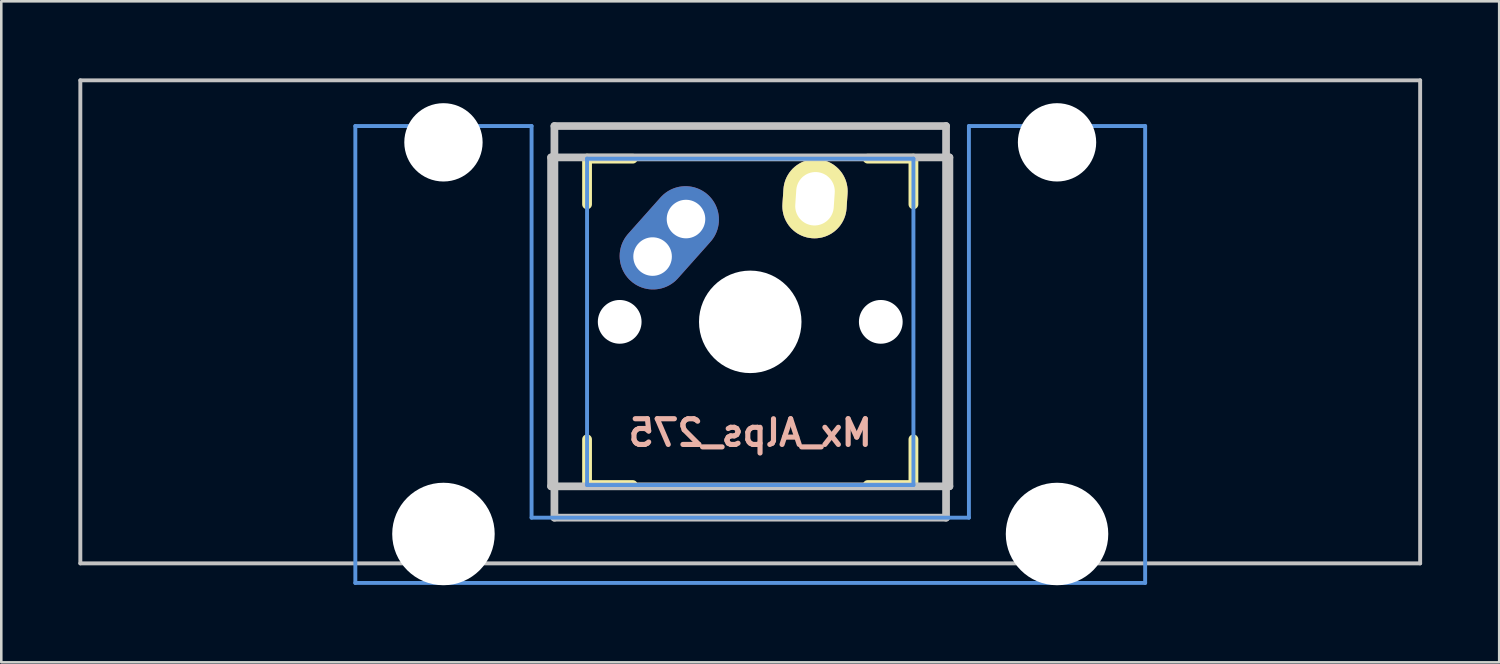
<source format=kicad_pcb>
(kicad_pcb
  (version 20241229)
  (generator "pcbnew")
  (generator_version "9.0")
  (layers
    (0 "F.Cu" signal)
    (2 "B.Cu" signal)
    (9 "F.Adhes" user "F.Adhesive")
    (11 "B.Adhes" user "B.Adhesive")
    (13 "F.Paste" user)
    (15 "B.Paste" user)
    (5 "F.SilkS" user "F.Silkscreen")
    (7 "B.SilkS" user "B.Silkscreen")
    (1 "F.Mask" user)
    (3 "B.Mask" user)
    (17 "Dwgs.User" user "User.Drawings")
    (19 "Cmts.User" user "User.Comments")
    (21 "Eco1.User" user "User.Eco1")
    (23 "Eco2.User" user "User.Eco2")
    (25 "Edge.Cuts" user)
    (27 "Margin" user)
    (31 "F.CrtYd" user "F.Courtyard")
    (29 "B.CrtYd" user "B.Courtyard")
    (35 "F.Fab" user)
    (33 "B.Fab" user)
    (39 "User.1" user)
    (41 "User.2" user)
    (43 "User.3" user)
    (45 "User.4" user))
  (footprint "Mx_Alps_275"
    (layer "F.Cu")
    (at 26.144 9.474)
    (property "Reference" "Mx_Alps_275" (at 0 4.318 0) (layer "B.SilkS") (effects (font (size 1 1) (thickness 0.2)) (justify mirror)))
    (attr through_hole)
    (fp_line (start -6.35 -6.35) (end -4.572 -6.35) (stroke (width 0.381) (type solid)) (layer "F.SilkS"))
    (fp_line (start -6.35 -4.572) (end -6.35 -6.35) (stroke (width 0.381) (type solid)) (layer "F.SilkS"))
    (fp_line (start -6.35 6.35) (end -6.35 4.572) (stroke (width 0.381) (type solid)) (layer "F.SilkS"))
    (fp_line (start -4.572 6.35) (end -6.35 6.35) (stroke (width 0.381) (type solid)) (layer "F.SilkS"))
    (fp_line (start 4.572 -6.35) (end 6.35 -6.35) (stroke (width 0.381) (type solid)) (layer "F.SilkS"))
    (fp_line (start 6.35 -6.35) (end 6.35 -4.572) (stroke (width 0.381) (type solid)) (layer "F.SilkS"))
    (fp_line (start 6.35 4.572) (end 6.35 6.35) (stroke (width 0.381) (type solid)) (layer "F.SilkS"))
    (fp_line (start 6.35 6.35) (end 4.572 6.35) (stroke (width 0.381) (type solid)) (layer "F.SilkS"))
    (fp_line (start -26.068 -9.398) (end 26.068 -9.398) (stroke (width 0.152) (type solid)) (layer "Dwgs.User"))
    (fp_line (start -26.068 9.398) (end -26.068 -9.398) (stroke (width 0.152) (type solid)) (layer "Dwgs.User"))
    (fp_line (start -7.75 6.4) (end -7.75 -6.4) (stroke (width 0.3) (type solid)) (layer "Dwgs.User"))
    (fp_line (start -7.75 6.4) (end 7.75 6.4) (stroke (width 0.3) (type solid)) (layer "Dwgs.User"))
    (fp_line (start -7.62 -7.62) (end 7.62 -7.62) (stroke (width 0.3) (type solid)) (layer "Dwgs.User"))
    (fp_line (start -7.62 7.62) (end -7.62 -7.62) (stroke (width 0.3) (type solid)) (layer "Dwgs.User"))
    (fp_line (start 7.62 -7.62) (end 7.62 7.62) (stroke (width 0.3) (type solid)) (layer "Dwgs.User"))
    (fp_line (start 7.62 7.62) (end -7.62 7.62) (stroke (width 0.3) (type solid)) (layer "Dwgs.User"))
    (fp_line (start 7.75 -6.4) (end -7.75 -6.4) (stroke (width 0.3) (type solid)) (layer "Dwgs.User"))
    (fp_line (start 7.75 6.4) (end 7.75 -6.4) (stroke (width 0.3) (type solid)) (layer "Dwgs.User"))
    (fp_line (start 26.068 -9.398) (end 26.068 9.398) (stroke (width 0.152) (type solid)) (layer "Dwgs.User"))
    (fp_line (start 26.068 9.398) (end -26.068 9.398) (stroke (width 0.152) (type solid)) (layer "Dwgs.User"))
    (fp_line (start -15.367 -7.62) (end -15.367 10.16) (stroke (width 0.152) (type solid)) (layer "Cmts.User"))
    (fp_line (start -15.367 10.16) (end 15.367 10.16) (stroke (width 0.152) (type solid)) (layer "Cmts.User"))
    (fp_line (start -8.509 -7.62) (end -15.367 -7.62) (stroke (width 0.152) (type solid)) (layer "Cmts.User"))
    (fp_line (start -8.509 7.62) (end -8.509 -7.62) (stroke (width 0.152) (type solid)) (layer "Cmts.User"))
    (fp_line (start -6.35 -6.35) (end 6.35 -6.35) (stroke (width 0.152) (type solid)) (layer "Cmts.User"))
    (fp_line (start -6.35 6.35) (end -6.35 -6.35) (stroke (width 0.152) (type solid)) (layer "Cmts.User"))
    (fp_line (start 6.35 -6.35) (end 6.35 6.35) (stroke (width 0.152) (type solid)) (layer "Cmts.User"))
    (fp_line (start 6.35 6.35) (end -6.35 6.35) (stroke (width 0.152) (type solid)) (layer "Cmts.User"))
    (fp_line (start 8.509 -7.62) (end 8.509 7.62) (stroke (width 0.152) (type solid)) (layer "Cmts.User"))
    (fp_line (start 8.509 7.62) (end -8.509 7.62) (stroke (width 0.152) (type solid)) (layer "Cmts.User"))
    (fp_line (start 15.367 -7.62) (end 8.509 -7.62) (stroke (width 0.152) (type solid)) (layer "Cmts.User"))
    (fp_line (start 15.367 10.16) (end 15.367 -7.62) (stroke (width 0.152) (type solid)) (layer "Cmts.User"))
    (fp_line (start -16.129 -2.286) (end -15.265 -2.286) (stroke (width 0.152) (type solid)) (layer "Eco2.User"))
    (fp_line (start -16.129 0.508) (end -16.129 -2.286) (stroke (width 0.152) (type solid)) (layer "Eco2.User"))
    (fp_line (start -15.265 -5.69) (end -8.611 -5.69) (stroke (width 0.152) (type solid)) (layer "Eco2.User"))
    (fp_line (start -15.265 -2.286) (end -15.265 -5.69) (stroke (width 0.152) (type solid)) (layer "Eco2.User"))
    (fp_line (start -15.265 0.508) (end -16.129 0.508) (stroke (width 0.152) (type solid)) (layer "Eco2.User"))
    (fp_line (start -15.265 6.604) (end -15.265 0.508) (stroke (width 0.152) (type solid)) (layer "Eco2.User"))
    (fp_line (start -14.224 6.604) (end -15.265 6.604) (stroke (width 0.152) (type solid)) (layer "Eco2.User"))
    (fp_line (start -14.224 7.772) (end -14.224 6.604) (stroke (width 0.152) (type solid)) (layer "Eco2.User"))
    (fp_line (start -9.652 6.604) (end -9.652 7.772) (stroke (width 0.152) (type solid)) (layer "Eco2.User"))
    (fp_line (start -9.652 7.772) (end -14.224 7.772) (stroke (width 0.152) (type solid)) (layer "Eco2.User"))
    (fp_line (start -8.611 -5.69) (end -8.611 -4.877) (stroke (width 0.152) (type solid)) (layer "Eco2.User"))
    (fp_line (start -8.611 -4.877) (end -6.985 -4.877) (stroke (width 0.152) (type solid)) (layer "Eco2.User"))
    (fp_line (start -8.611 5.817) (end -8.611 6.604) (stroke (width 0.152) (type solid)) (layer "Eco2.User"))
    (fp_line (start -8.611 6.604) (end -9.652 6.604) (stroke (width 0.152) (type solid)) (layer "Eco2.User"))
    (fp_line (start -6.985 -6.985) (end 6.985 -6.985) (stroke (width 0.152) (type solid)) (layer "Eco2.User"))
    (fp_line (start -6.985 -4.877) (end -6.985 -6.985) (stroke (width 0.152) (type solid)) (layer "Eco2.User"))
    (fp_line (start -6.985 5.817) (end -8.611 5.817) (stroke (width 0.152) (type solid)) (layer "Eco2.User"))
    (fp_line (start -6.985 6.985) (end -6.985 5.817) (stroke (width 0.152) (type solid)) (layer "Eco2.User"))
    (fp_line (start 6.985 -6.985) (end 6.985 -4.877) (stroke (width 0.152) (type solid)) (layer "Eco2.User"))
    (fp_line (start 6.985 -4.877) (end 8.611 -4.877) (stroke (width 0.152) (type solid)) (layer "Eco2.User"))
    (fp_line (start 6.985 5.817) (end 6.985 6.985) (stroke (width 0.152) (type solid)) (layer "Eco2.User"))
    (fp_line (start 6.985 6.985) (end -6.985 6.985) (stroke (width 0.152) (type solid)) (layer "Eco2.User"))
    (fp_line (start 8.611 -5.69) (end 15.265 -5.69) (stroke (width 0.152) (type solid)) (layer "Eco2.User"))
    (fp_line (start 8.611 -4.877) (end 8.611 -5.69) (stroke (width 0.152) (type solid)) (layer "Eco2.User"))
    (fp_line (start 8.611 5.817) (end 6.985 5.817) (stroke (width 0.152) (type solid)) (layer "Eco2.User"))
    (fp_line (start 8.611 6.604) (end 8.611 5.817) (stroke (width 0.152) (type solid)) (layer "Eco2.User"))
    (fp_line (start 9.652 6.604) (end 8.611 6.604) (stroke (width 0.152) (type solid)) (layer "Eco2.User"))
    (fp_line (start 9.652 7.772) (end 9.652 6.604) (stroke (width 0.152) (type solid)) (layer "Eco2.User"))
    (fp_line (start 14.224 6.604) (end 14.224 7.772) (stroke (width 0.152) (type solid)) (layer "Eco2.User"))
    (fp_line (start 14.224 7.772) (end 9.652 7.772) (stroke (width 0.152) (type solid)) (layer "Eco2.User"))
    (fp_line (start 15.265 -5.69) (end 15.265 -2.286) (stroke (width 0.152) (type solid)) (layer "Eco2.User"))
    (fp_line (start 15.265 -2.286) (end 16.129 -2.286) (stroke (width 0.152) (type solid)) (layer "Eco2.User"))
    (fp_line (start 15.265 0.508) (end 15.265 6.604) (stroke (width 0.152) (type solid)) (layer "Eco2.User"))
    (fp_line (start 15.265 6.604) (end 14.224 6.604) (stroke (width 0.152) (type solid)) (layer "Eco2.User"))
    (fp_line (start 16.129 -2.286) (end 16.129 0.508) (stroke (width 0.152) (type solid)) (layer "Eco2.User"))
    (fp_line (start 16.129 0.508) (end 15.265 0.508) (stroke (width 0.152) (type solid)) (layer "Eco2.User"))
    (pad "" np_thru_hole circle (at -11.938 -6.985) (size 3.048 3.048) (drill 3.048) (layers "*.Cu"))
    (pad "" np_thru_hole circle (at -11.938 8.255) (size 3.988 3.988) (drill 3.988) (layers "*.Cu"))
    (pad "" np_thru_hole circle (at -5.08 0) (size 1.702 1.702) (drill 1.702) (layers "*.Cu"))
    (pad "" np_thru_hole circle (at 0 0) (size 3.988 3.988) (drill 3.988) (layers "*.Cu"))
    (pad "" np_thru_hole circle (at 5.08 0) (size 1.702 1.702) (drill 1.702) (layers "*.Cu"))
    (pad "" np_thru_hole circle (at 11.938 -6.985) (size 3.048 3.048) (drill 3.048) (layers "*.Cu"))
    (pad "" np_thru_hole circle (at 11.938 8.255) (size 3.988 3.988) (drill 3.988) (layers "*.Cu"))
    (pad "1" thru_hole circle (at -3.8 -2.54) (size 2.377 2.377) (drill 1.5) (layers "*.Cu" "*.Mask"))
    (pad "1" smd oval (at -3.15 -3.27 48.3) (size 4.5 2.6) (layers "F.Cu" "F.Mask"))
    (pad "1" smd oval (at -3.15 -3.27 48.3) (size 4.5 2.6) (layers "B.Cu" "B.Mask"))
    (pad "1" thru_hole circle (at -2.5 -4) (size 2.377 2.377) (drill 1.5) (layers "*.Cu" "*.Mask"))
    (pad "2" thru_hole oval (at 2.52 -4.79 356.1) (size 2.5 3.08) (drill oval 1.5 2.08) (layers "*.Cu" "*.Mask" "F.SilkS")))
  (gr_rect
    (start -3 -3)
    (end 55.288 22.723)
    (stroke (width 0.1) (type default))
    (fill no)
    (layer "Edge.Cuts")))
</source>
